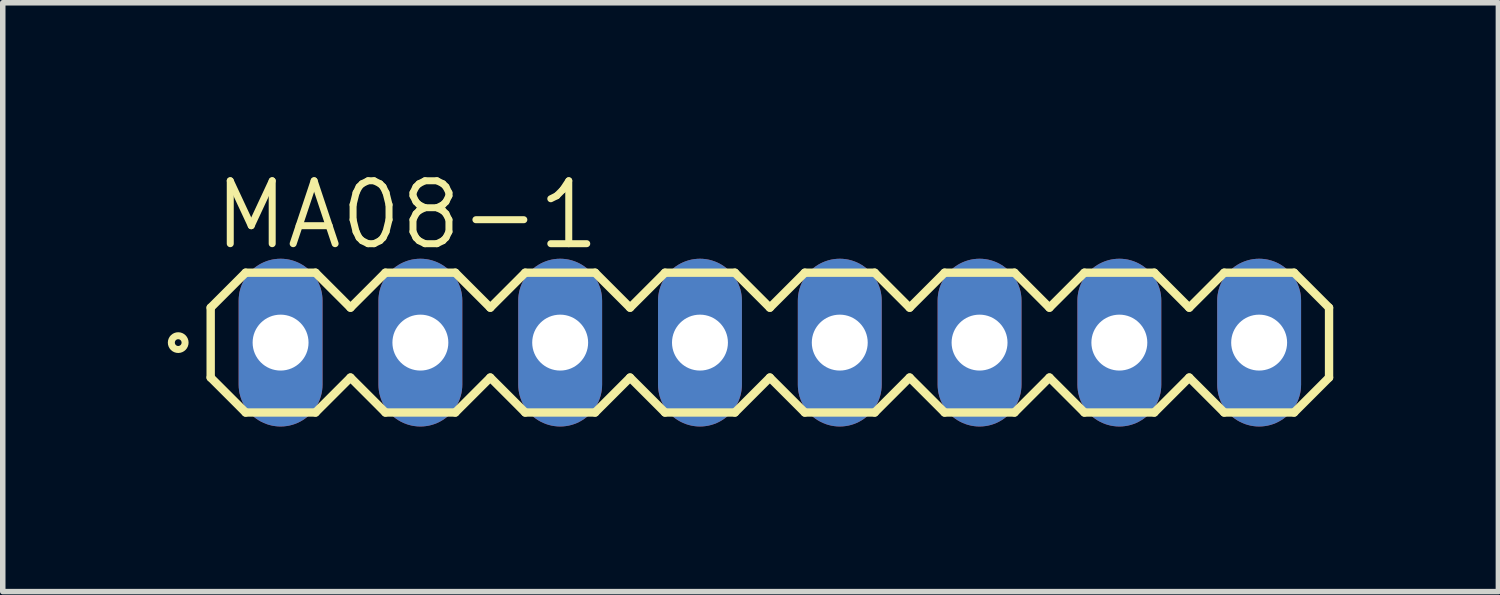
<source format=kicad_pcb>
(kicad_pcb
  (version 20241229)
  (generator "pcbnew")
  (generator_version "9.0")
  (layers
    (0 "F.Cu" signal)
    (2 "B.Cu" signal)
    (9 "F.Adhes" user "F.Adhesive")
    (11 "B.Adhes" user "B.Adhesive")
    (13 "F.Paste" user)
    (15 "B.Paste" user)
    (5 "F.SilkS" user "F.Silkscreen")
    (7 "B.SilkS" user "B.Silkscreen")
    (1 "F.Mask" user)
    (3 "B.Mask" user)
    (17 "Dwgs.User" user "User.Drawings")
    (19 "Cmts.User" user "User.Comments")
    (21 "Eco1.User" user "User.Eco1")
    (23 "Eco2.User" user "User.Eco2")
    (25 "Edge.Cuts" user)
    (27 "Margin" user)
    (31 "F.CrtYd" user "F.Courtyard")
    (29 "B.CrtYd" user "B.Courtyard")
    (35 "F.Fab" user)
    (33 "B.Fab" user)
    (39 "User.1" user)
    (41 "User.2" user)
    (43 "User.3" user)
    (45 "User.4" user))
  (footprint "MA08-1"
    (layer "F.Cu")
    (at 10.938 3.175)
    (property "Reference" "MA08-1" (at -10.16 -1.651 0) (layer "F.SilkS") (effects (font (size 1.143 1.143) (thickness 0.127)) (justify left bottom)))
    (fp_line (start -10.16 -0.635) (end -10.16 0.635) (stroke (width 0.152) (type solid)) (layer "F.SilkS"))
    (fp_line (start -10.16 0.635) (end -9.525 1.27) (stroke (width 0.152) (type solid)) (layer "F.SilkS"))
    (fp_line (start -9.525 -1.27) (end -10.16 -0.635) (stroke (width 0.152) (type solid)) (layer "F.SilkS"))
    (fp_line (start -9.525 -1.27) (end -8.255 -1.27) (stroke (width 0.152) (type solid)) (layer "F.SilkS"))
    (fp_line (start -8.255 -1.27) (end -7.62 -0.635) (stroke (width 0.152) (type solid)) (layer "F.SilkS"))
    (fp_line (start -8.255 1.27) (end -9.525 1.27) (stroke (width 0.152) (type solid)) (layer "F.SilkS"))
    (fp_line (start -7.62 -0.635) (end -6.985 -1.27) (stroke (width 0.152) (type solid)) (layer "F.SilkS"))
    (fp_line (start -7.62 0.635) (end -8.255 1.27) (stroke (width 0.152) (type solid)) (layer "F.SilkS"))
    (fp_line (start -6.985 -1.27) (end -5.715 -1.27) (stroke (width 0.152) (type solid)) (layer "F.SilkS"))
    (fp_line (start -6.985 1.27) (end -7.62 0.635) (stroke (width 0.152) (type solid)) (layer "F.SilkS"))
    (fp_line (start -5.715 -1.27) (end -5.08 -0.635) (stroke (width 0.152) (type solid)) (layer "F.SilkS"))
    (fp_line (start -5.715 1.27) (end -6.985 1.27) (stroke (width 0.152) (type solid)) (layer "F.SilkS"))
    (fp_line (start -5.08 -0.635) (end -4.445 -1.27) (stroke (width 0.152) (type solid)) (layer "F.SilkS"))
    (fp_line (start -5.08 0.635) (end -5.715 1.27) (stroke (width 0.152) (type solid)) (layer "F.SilkS"))
    (fp_line (start -4.445 -1.27) (end -3.175 -1.27) (stroke (width 0.152) (type solid)) (layer "F.SilkS"))
    (fp_line (start -4.445 1.27) (end -5.08 0.635) (stroke (width 0.152) (type solid)) (layer "F.SilkS"))
    (fp_line (start -3.175 -1.27) (end -2.54 -0.635) (stroke (width 0.152) (type solid)) (layer "F.SilkS"))
    (fp_line (start -3.175 1.27) (end -4.445 1.27) (stroke (width 0.152) (type solid)) (layer "F.SilkS"))
    (fp_line (start -2.54 0.635) (end -3.175 1.27) (stroke (width 0.152) (type solid)) (layer "F.SilkS"))
    (fp_line (start -2.54 0.635) (end -1.905 1.27) (stroke (width 0.152) (type solid)) (layer "F.SilkS"))
    (fp_line (start -1.905 -1.27) (end -2.54 -0.635) (stroke (width 0.152) (type solid)) (layer "F.SilkS"))
    (fp_line (start -1.905 -1.27) (end -0.635 -1.27) (stroke (width 0.152) (type solid)) (layer "F.SilkS"))
    (fp_line (start -0.635 -1.27) (end 0 -0.635) (stroke (width 0.152) (type solid)) (layer "F.SilkS"))
    (fp_line (start -0.635 1.27) (end -1.905 1.27) (stroke (width 0.152) (type solid)) (layer "F.SilkS"))
    (fp_line (start 0 0.635) (end -0.635 1.27) (stroke (width 0.152) (type solid)) (layer "F.SilkS"))
    (fp_line (start 0 0.635) (end 0.635 1.27) (stroke (width 0.152) (type solid)) (layer "F.SilkS"))
    (fp_line (start 0.635 -1.27) (end 0 -0.635) (stroke (width 0.152) (type solid)) (layer "F.SilkS"))
    (fp_line (start 0.635 -1.27) (end 1.905 -1.27) (stroke (width 0.152) (type solid)) (layer "F.SilkS"))
    (fp_line (start 1.905 -1.27) (end 2.54 -0.635) (stroke (width 0.152) (type solid)) (layer "F.SilkS"))
    (fp_line (start 1.905 1.27) (end 0.635 1.27) (stroke (width 0.152) (type solid)) (layer "F.SilkS"))
    (fp_line (start 2.54 -0.635) (end 3.175 -1.27) (stroke (width 0.152) (type solid)) (layer "F.SilkS"))
    (fp_line (start 2.54 0.635) (end 1.905 1.27) (stroke (width 0.152) (type solid)) (layer "F.SilkS"))
    (fp_line (start 3.175 -1.27) (end 4.445 -1.27) (stroke (width 0.152) (type solid)) (layer "F.SilkS"))
    (fp_line (start 3.175 1.27) (end 2.54 0.635) (stroke (width 0.152) (type solid)) (layer "F.SilkS"))
    (fp_line (start 4.445 -1.27) (end 5.08 -0.635) (stroke (width 0.152) (type solid)) (layer "F.SilkS"))
    (fp_line (start 4.445 1.27) (end 3.175 1.27) (stroke (width 0.152) (type solid)) (layer "F.SilkS"))
    (fp_line (start 5.08 -0.635) (end 5.715 -1.27) (stroke (width 0.152) (type solid)) (layer "F.SilkS"))
    (fp_line (start 5.08 0.635) (end 4.445 1.27) (stroke (width 0.152) (type solid)) (layer "F.SilkS"))
    (fp_line (start 5.715 -1.27) (end 6.985 -1.27) (stroke (width 0.152) (type solid)) (layer "F.SilkS"))
    (fp_line (start 5.715 1.27) (end 5.08 0.635) (stroke (width 0.152) (type solid)) (layer "F.SilkS"))
    (fp_line (start 6.985 -1.27) (end 7.62 -0.635) (stroke (width 0.152) (type solid)) (layer "F.SilkS"))
    (fp_line (start 6.985 1.27) (end 5.715 1.27) (stroke (width 0.152) (type solid)) (layer "F.SilkS"))
    (fp_line (start 7.62 0.635) (end 6.985 1.27) (stroke (width 0.152) (type solid)) (layer "F.SilkS"))
    (fp_line (start 7.62 0.635) (end 8.255 1.27) (stroke (width 0.152) (type solid)) (layer "F.SilkS"))
    (fp_line (start 8.255 -1.27) (end 7.62 -0.635) (stroke (width 0.152) (type solid)) (layer "F.SilkS"))
    (fp_line (start 8.255 -1.27) (end 9.525 -1.27) (stroke (width 0.152) (type solid)) (layer "F.SilkS"))
    (fp_line (start 9.525 -1.27) (end 10.16 -0.635) (stroke (width 0.152) (type solid)) (layer "F.SilkS"))
    (fp_line (start 9.525 1.27) (end 8.255 1.27) (stroke (width 0.152) (type solid)) (layer "F.SilkS"))
    (fp_line (start 10.16 -0.635) (end 10.16 0.635) (stroke (width 0.152) (type solid)) (layer "F.SilkS"))
    (fp_line (start 10.16 0.635) (end 9.525 1.27) (stroke (width 0.152) (type solid)) (layer "F.SilkS"))
    (fp_circle (center -10.75 0) (end -10.625 0) (stroke (width 0.127) (type solid)) (fill no) (layer "F.SilkS"))
    (fp_poly (pts (xy -9.144 0.254) (xy -8.636 0.254) (xy -8.636 -0.254) (xy -9.144 -0.254)) (stroke (width 0.1) (type solid)) (fill no) (layer "F.Fab"))
    (fp_poly (pts (xy -6.604 0.254) (xy -6.096 0.254) (xy -6.096 -0.254) (xy -6.604 -0.254)) (stroke (width 0.1) (type solid)) (fill no) (layer "F.Fab"))
    (fp_poly (pts (xy -4.064 0.254) (xy -3.556 0.254) (xy -3.556 -0.254) (xy -4.064 -0.254)) (stroke (width 0.1) (type solid)) (fill no) (layer "F.Fab"))
    (fp_poly (pts (xy -1.524 0.254) (xy -1.016 0.254) (xy -1.016 -0.254) (xy -1.524 -0.254)) (stroke (width 0.1) (type solid)) (fill no) (layer "F.Fab"))
    (fp_poly (pts (xy 1.016 0.254) (xy 1.524 0.254) (xy 1.524 -0.254) (xy 1.016 -0.254)) (stroke (width 0.1) (type solid)) (fill no) (layer "F.Fab"))
    (fp_poly (pts (xy 3.556 0.254) (xy 4.064 0.254) (xy 4.064 -0.254) (xy 3.556 -0.254)) (stroke (width 0.1) (type solid)) (fill no) (layer "F.Fab"))
    (fp_poly (pts (xy 6.096 0.254) (xy 6.604 0.254) (xy 6.604 -0.254) (xy 6.096 -0.254)) (stroke (width 0.1) (type solid)) (fill no) (layer "F.Fab"))
    (fp_poly (pts (xy 8.636 0.254) (xy 9.144 0.254) (xy 9.144 -0.254) (xy 8.636 -0.254)) (stroke (width 0.1) (type solid)) (fill no) (layer "F.Fab"))
    (pad "1" thru_hole oval (at -8.89 0 90) (size 3.048 1.524) (drill 1.016) (layers "*.Cu" "*.Mask"))
    (pad "2" thru_hole oval (at -6.35 0 90) (size 3.048 1.524) (drill 1.016) (layers "*.Cu" "*.Mask"))
    (pad "3" thru_hole oval (at -3.81 0 90) (size 3.048 1.524) (drill 1.016) (layers "*.Cu" "*.Mask"))
    (pad "4" thru_hole oval (at -1.27 0 90) (size 3.048 1.524) (drill 1.016) (layers "*.Cu" "*.Mask"))
    (pad "5" thru_hole oval (at 1.27 0 90) (size 3.048 1.524) (drill 1.016) (layers "*.Cu" "*.Mask"))
    (pad "6" thru_hole oval (at 3.81 0 90) (size 3.048 1.524) (drill 1.016) (layers "*.Cu" "*.Mask"))
    (pad "7" thru_hole oval (at 6.35 0 90) (size 3.048 1.524) (drill 1.016) (layers "*.Cu" "*.Mask"))
    (pad "8" thru_hole oval (at 8.89 0 90) (size 3.048 1.524) (drill 1.016) (layers "*.Cu" "*.Mask")))
  (gr_rect
    (start -3 -3)
    (end 24.175 7.699)
    (stroke (width 0.1) (type default))
    (fill no)
    (layer "Edge.Cuts")))
</source>
